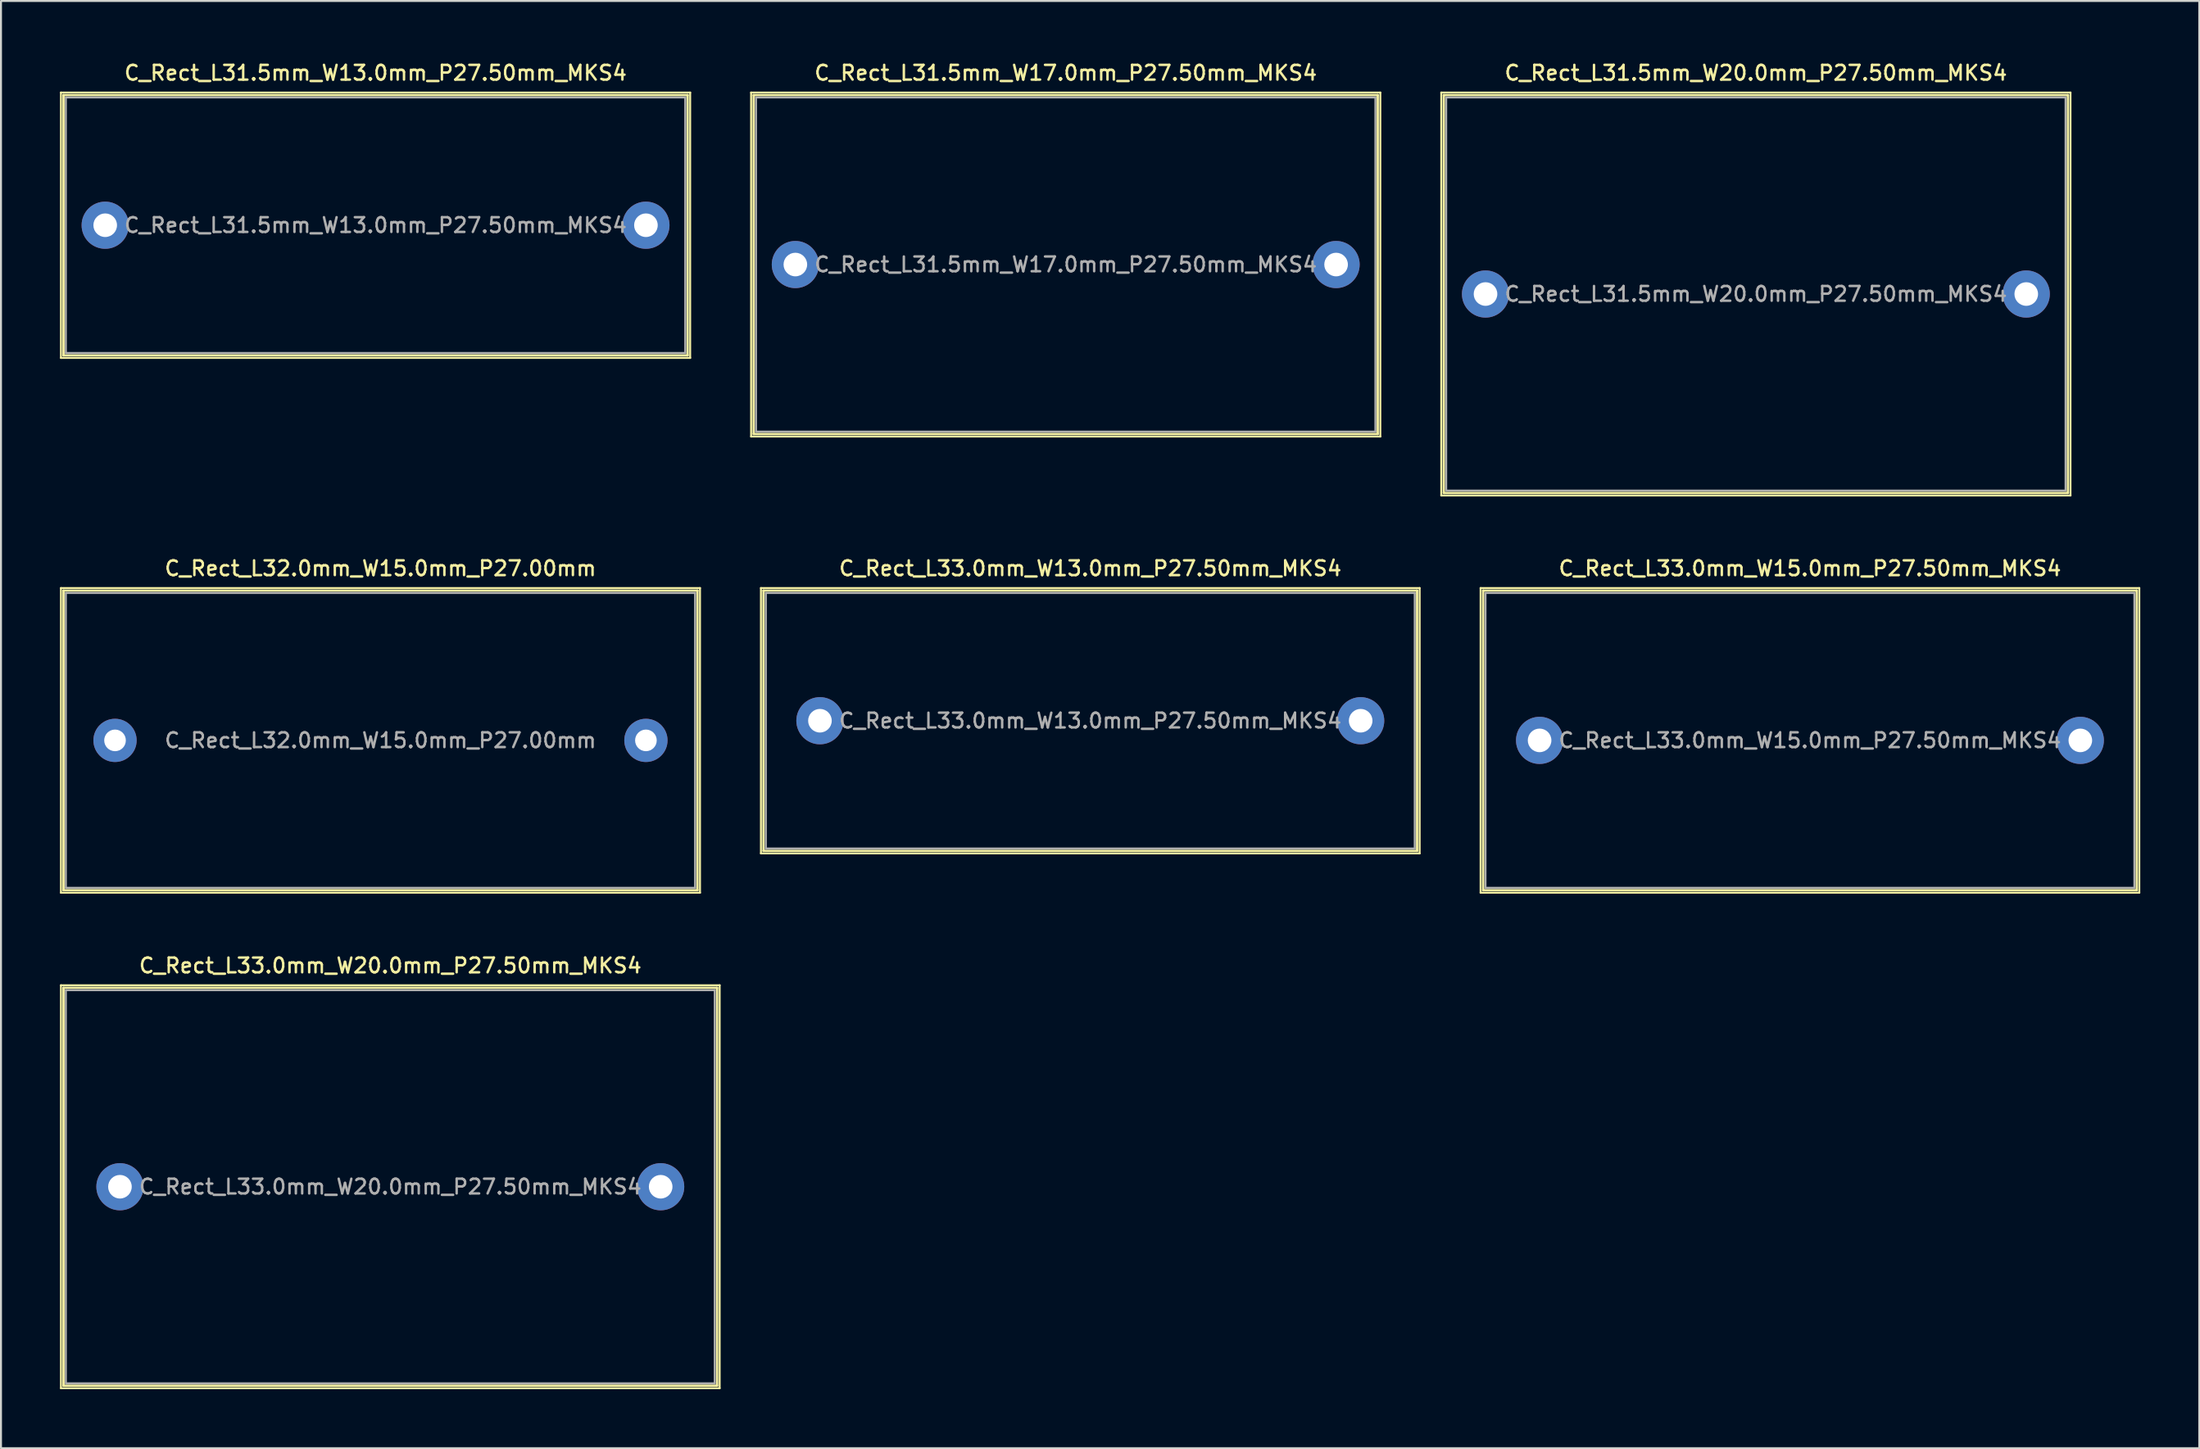
<source format=kicad_pcb>
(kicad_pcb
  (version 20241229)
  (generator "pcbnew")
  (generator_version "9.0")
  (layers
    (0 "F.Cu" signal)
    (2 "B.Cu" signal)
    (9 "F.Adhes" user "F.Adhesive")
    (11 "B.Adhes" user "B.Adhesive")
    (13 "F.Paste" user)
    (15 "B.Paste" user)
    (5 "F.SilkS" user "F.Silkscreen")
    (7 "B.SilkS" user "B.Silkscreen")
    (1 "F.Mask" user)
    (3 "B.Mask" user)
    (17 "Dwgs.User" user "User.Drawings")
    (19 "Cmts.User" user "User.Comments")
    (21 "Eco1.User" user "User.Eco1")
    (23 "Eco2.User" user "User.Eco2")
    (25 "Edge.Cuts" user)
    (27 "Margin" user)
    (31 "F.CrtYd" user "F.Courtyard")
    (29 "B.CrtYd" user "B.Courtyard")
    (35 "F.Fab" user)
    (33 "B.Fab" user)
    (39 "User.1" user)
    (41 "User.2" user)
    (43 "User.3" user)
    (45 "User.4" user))
  (footprint "C_Rect_L32.0mm_W15.0mm_P27.00mm"
    (layer "F.Cu")
    (at 2.8 34.616)
    (property "Reference" "C_Rect_L32.0mm_W15.0mm_P27.00mm" (at 13.5 -8.75 0) (layer "F.SilkS") (effects (font (size 0.75 0.75) (thickness 0.125))))
    (attr through_hole)
    (fp_line (start -2.75 -7.75) (end -2.75 7.75) (stroke (width 0.1) (type solid)) (layer "F.SilkS"))
    (fp_line (start -2.75 7.75) (end 29.75 7.75) (stroke (width 0.1) (type solid)) (layer "F.SilkS"))
    (fp_line (start -2.62 -7.62) (end -2.62 7.62) (stroke (width 0.12) (type solid)) (layer "F.SilkS"))
    (fp_line (start -2.62 -7.62) (end 29.62 -7.62) (stroke (width 0.12) (type solid)) (layer "F.SilkS"))
    (fp_line (start -2.62 7.62) (end 29.62 7.62) (stroke (width 0.12) (type solid)) (layer "F.SilkS"))
    (fp_line (start 29.62 -7.62) (end 29.62 7.62) (stroke (width 0.12) (type solid)) (layer "F.SilkS"))
    (fp_line (start 29.75 -7.75) (end -2.75 -7.75) (stroke (width 0.1) (type solid)) (layer "F.SilkS"))
    (fp_line (start 29.75 7.75) (end 29.75 -7.75) (stroke (width 0.1) (type solid)) (layer "F.SilkS"))
    (fp_line (start -2.5 -7.5) (end -2.5 7.5) (stroke (width 0.1) (type solid)) (layer "F.Fab"))
    (fp_line (start -2.5 7.5) (end 29.5 7.5) (stroke (width 0.1) (type solid)) (layer "F.Fab"))
    (fp_line (start 29.5 -7.5) (end -2.5 -7.5) (stroke (width 0.1) (type solid)) (layer "F.Fab"))
    (fp_line (start 29.5 7.5) (end 29.5 -7.5) (stroke (width 0.1) (type solid)) (layer "F.Fab"))
    (fp_text user "${REFERENCE}" (at 13.5 0 0) (layer "F.Fab") (effects (font (size 0.75 0.75) (thickness 0.125))))
    (pad "1" thru_hole circle (at 0 0) (size 2.2 2.2) (drill 1.1) (layers "*.Cu" "*.Mask"))
    (pad "2" thru_hole circle (at 27 0) (size 2.2 2.2) (drill 1.1) (layers "*.Cu" "*.Mask")))
  (footprint "C_Rect_L31.5mm_W20.0mm_P27.50mm_MKS4"
    (layer "F.Cu")
    (at 72.5 11.908)
    (property "Reference" "C_Rect_L31.5mm_W20.0mm_P27.50mm_MKS4" (at 13.75 -11.25 0) (layer "F.SilkS") (effects (font (size 0.75 0.75) (thickness 0.125))))
    (attr through_hole)
    (fp_line (start -2.25 -10.25) (end -2.25 10.25) (stroke (width 0.1) (type solid)) (layer "F.SilkS"))
    (fp_line (start -2.25 10.25) (end 29.75 10.25) (stroke (width 0.1) (type solid)) (layer "F.SilkS"))
    (fp_line (start -2.12 -10.12) (end -2.12 10.12) (stroke (width 0.12) (type solid)) (layer "F.SilkS"))
    (fp_line (start -2.12 -10.12) (end 29.62 -10.12) (stroke (width 0.12) (type solid)) (layer "F.SilkS"))
    (fp_line (start -2.12 10.12) (end 29.62 10.12) (stroke (width 0.12) (type solid)) (layer "F.SilkS"))
    (fp_line (start 29.62 -10.12) (end 29.62 10.12) (stroke (width 0.12) (type solid)) (layer "F.SilkS"))
    (fp_line (start 29.75 -10.25) (end -2.25 -10.25) (stroke (width 0.1) (type solid)) (layer "F.SilkS"))
    (fp_line (start 29.75 10.25) (end 29.75 -10.25) (stroke (width 0.1) (type solid)) (layer "F.SilkS"))
    (fp_line (start -2 -10) (end -2 10) (stroke (width 0.1) (type solid)) (layer "F.Fab"))
    (fp_line (start -2 10) (end 29.5 10) (stroke (width 0.1) (type solid)) (layer "F.Fab"))
    (fp_line (start 29.5 -10) (end -2 -10) (stroke (width 0.1) (type solid)) (layer "F.Fab"))
    (fp_line (start 29.5 10) (end 29.5 -10) (stroke (width 0.1) (type solid)) (layer "F.Fab"))
    (fp_text user "${REFERENCE}" (at 13.75 0 0) (layer "F.Fab") (effects (font (size 0.75 0.75) (thickness 0.125))))
    (pad "1" thru_hole circle (at 0 0) (size 2.4 2.4) (drill 1.2) (layers "*.Cu" "*.Mask"))
    (pad "2" thru_hole circle (at 27.5 0) (size 2.4 2.4) (drill 1.2) (layers "*.Cu" "*.Mask")))
  (footprint "C_Rect_L33.0mm_W15.0mm_P27.50mm_MKS4"
    (layer "F.Cu")
    (at 75.25 34.616)
    (property "Reference" "C_Rect_L33.0mm_W15.0mm_P27.50mm_MKS4" (at 13.75 -8.75 0) (layer "F.SilkS") (effects (font (size 0.75 0.75) (thickness 0.125))))
    (attr through_hole)
    (fp_line (start -3 -7.75) (end -3 7.75) (stroke (width 0.1) (type solid)) (layer "F.SilkS"))
    (fp_line (start -3 7.75) (end 30.5 7.75) (stroke (width 0.1) (type solid)) (layer "F.SilkS"))
    (fp_line (start -2.87 -7.62) (end -2.87 7.62) (stroke (width 0.12) (type solid)) (layer "F.SilkS"))
    (fp_line (start -2.87 -7.62) (end 30.37 -7.62) (stroke (width 0.12) (type solid)) (layer "F.SilkS"))
    (fp_line (start -2.87 7.62) (end 30.37 7.62) (stroke (width 0.12) (type solid)) (layer "F.SilkS"))
    (fp_line (start 30.37 -7.62) (end 30.37 7.62) (stroke (width 0.12) (type solid)) (layer "F.SilkS"))
    (fp_line (start 30.5 -7.75) (end -3 -7.75) (stroke (width 0.1) (type solid)) (layer "F.SilkS"))
    (fp_line (start 30.5 7.75) (end 30.5 -7.75) (stroke (width 0.1) (type solid)) (layer "F.SilkS"))
    (fp_line (start -2.75 -7.5) (end -2.75 7.5) (stroke (width 0.1) (type solid)) (layer "F.Fab"))
    (fp_line (start -2.75 7.5) (end 30.25 7.5) (stroke (width 0.1) (type solid)) (layer "F.Fab"))
    (fp_line (start 30.25 -7.5) (end -2.75 -7.5) (stroke (width 0.1) (type solid)) (layer "F.Fab"))
    (fp_line (start 30.25 7.5) (end 30.25 -7.5) (stroke (width 0.1) (type solid)) (layer "F.Fab"))
    (fp_text user "${REFERENCE}" (at 13.75 0 0) (layer "F.Fab") (effects (font (size 0.75 0.75) (thickness 0.125))))
    (pad "1" thru_hole circle (at 0 0) (size 2.4 2.4) (drill 1.2) (layers "*.Cu" "*.Mask"))
    (pad "2" thru_hole circle (at 27.5 0) (size 2.4 2.4) (drill 1.2) (layers "*.Cu" "*.Mask")))
  (footprint "C_Rect_L31.5mm_W13.0mm_P27.50mm_MKS4"
    (layer "F.Cu")
    (at 2.3 8.408)
    (property "Reference" "C_Rect_L31.5mm_W13.0mm_P27.50mm_MKS4" (at 13.75 -7.75 0) (layer "F.SilkS") (effects (font (size 0.75 0.75) (thickness 0.125))))
    (attr through_hole)
    (fp_line (start -2.25 -6.75) (end -2.25 6.75) (stroke (width 0.1) (type solid)) (layer "F.SilkS"))
    (fp_line (start -2.25 6.75) (end 29.75 6.75) (stroke (width 0.1) (type solid)) (layer "F.SilkS"))
    (fp_line (start -2.12 -6.62) (end -2.12 6.62) (stroke (width 0.12) (type solid)) (layer "F.SilkS"))
    (fp_line (start -2.12 -6.62) (end 29.62 -6.62) (stroke (width 0.12) (type solid)) (layer "F.SilkS"))
    (fp_line (start -2.12 6.62) (end 29.62 6.62) (stroke (width 0.12) (type solid)) (layer "F.SilkS"))
    (fp_line (start 29.62 -6.62) (end 29.62 6.62) (stroke (width 0.12) (type solid)) (layer "F.SilkS"))
    (fp_line (start 29.75 -6.75) (end -2.25 -6.75) (stroke (width 0.1) (type solid)) (layer "F.SilkS"))
    (fp_line (start 29.75 6.75) (end 29.75 -6.75) (stroke (width 0.1) (type solid)) (layer "F.SilkS"))
    (fp_line (start -2 -6.5) (end -2 6.5) (stroke (width 0.1) (type solid)) (layer "F.Fab"))
    (fp_line (start -2 6.5) (end 29.5 6.5) (stroke (width 0.1) (type solid)) (layer "F.Fab"))
    (fp_line (start 29.5 -6.5) (end -2 -6.5) (stroke (width 0.1) (type solid)) (layer "F.Fab"))
    (fp_line (start 29.5 6.5) (end 29.5 -6.5) (stroke (width 0.1) (type solid)) (layer "F.Fab"))
    (fp_text user "${REFERENCE}" (at 13.75 0 0) (layer "F.Fab") (effects (font (size 0.75 0.75) (thickness 0.125))))
    (pad "1" thru_hole circle (at 0 0) (size 2.4 2.4) (drill 1.2) (layers "*.Cu" "*.Mask"))
    (pad "2" thru_hole circle (at 27.5 0) (size 2.4 2.4) (drill 1.2) (layers "*.Cu" "*.Mask")))
  (footprint "C_Rect_L33.0mm_W20.0mm_P27.50mm_MKS4"
    (layer "F.Cu")
    (at 3.05 57.324)
    (property "Reference" "C_Rect_L33.0mm_W20.0mm_P27.50mm_MKS4" (at 13.75 -11.25 0) (layer "F.SilkS") (effects (font (size 0.75 0.75) (thickness 0.125))))
    (attr through_hole)
    (fp_line (start -3 -10.25) (end -3 10.25) (stroke (width 0.1) (type solid)) (layer "F.SilkS"))
    (fp_line (start -3 10.25) (end 30.5 10.25) (stroke (width 0.1) (type solid)) (layer "F.SilkS"))
    (fp_line (start -2.87 -10.12) (end -2.87 10.12) (stroke (width 0.12) (type solid)) (layer "F.SilkS"))
    (fp_line (start -2.87 -10.12) (end 30.37 -10.12) (stroke (width 0.12) (type solid)) (layer "F.SilkS"))
    (fp_line (start -2.87 10.12) (end 30.37 10.12) (stroke (width 0.12) (type solid)) (layer "F.SilkS"))
    (fp_line (start 30.37 -10.12) (end 30.37 10.12) (stroke (width 0.12) (type solid)) (layer "F.SilkS"))
    (fp_line (start 30.5 -10.25) (end -3 -10.25) (stroke (width 0.1) (type solid)) (layer "F.SilkS"))
    (fp_line (start 30.5 10.25) (end 30.5 -10.25) (stroke (width 0.1) (type solid)) (layer "F.SilkS"))
    (fp_line (start -2.75 -10) (end -2.75 10) (stroke (width 0.1) (type solid)) (layer "F.Fab"))
    (fp_line (start -2.75 10) (end 30.25 10) (stroke (width 0.1) (type solid)) (layer "F.Fab"))
    (fp_line (start 30.25 -10) (end -2.75 -10) (stroke (width 0.1) (type solid)) (layer "F.Fab"))
    (fp_line (start 30.25 10) (end 30.25 -10) (stroke (width 0.1) (type solid)) (layer "F.Fab"))
    (fp_text user "${REFERENCE}" (at 13.75 0 0) (layer "F.Fab") (effects (font (size 0.75 0.75) (thickness 0.125))))
    (pad "1" thru_hole circle (at 0 0) (size 2.4 2.4) (drill 1.2) (layers "*.Cu" "*.Mask"))
    (pad "2" thru_hole circle (at 27.5 0) (size 2.4 2.4) (drill 1.2) (layers "*.Cu" "*.Mask")))
  (footprint "C_Rect_L31.5mm_W17.0mm_P27.50mm_MKS4"
    (layer "F.Cu")
    (at 37.4 10.408)
    (property "Reference" "C_Rect_L31.5mm_W17.0mm_P27.50mm_MKS4" (at 13.75 -9.75 0) (layer "F.SilkS") (effects (font (size 0.75 0.75) (thickness 0.125))))
    (attr through_hole)
    (fp_line (start -2.25 -8.75) (end -2.25 8.75) (stroke (width 0.1) (type solid)) (layer "F.SilkS"))
    (fp_line (start -2.25 8.75) (end 29.75 8.75) (stroke (width 0.1) (type solid)) (layer "F.SilkS"))
    (fp_line (start -2.12 -8.62) (end -2.12 8.62) (stroke (width 0.12) (type solid)) (layer "F.SilkS"))
    (fp_line (start -2.12 -8.62) (end 29.62 -8.62) (stroke (width 0.12) (type solid)) (layer "F.SilkS"))
    (fp_line (start -2.12 8.62) (end 29.62 8.62) (stroke (width 0.12) (type solid)) (layer "F.SilkS"))
    (fp_line (start 29.62 -8.62) (end 29.62 8.62) (stroke (width 0.12) (type solid)) (layer "F.SilkS"))
    (fp_line (start 29.75 -8.75) (end -2.25 -8.75) (stroke (width 0.1) (type solid)) (layer "F.SilkS"))
    (fp_line (start 29.75 8.75) (end 29.75 -8.75) (stroke (width 0.1) (type solid)) (layer "F.SilkS"))
    (fp_line (start -2 -8.5) (end -2 8.5) (stroke (width 0.1) (type solid)) (layer "F.Fab"))
    (fp_line (start -2 8.5) (end 29.5 8.5) (stroke (width 0.1) (type solid)) (layer "F.Fab"))
    (fp_line (start 29.5 -8.5) (end -2 -8.5) (stroke (width 0.1) (type solid)) (layer "F.Fab"))
    (fp_line (start 29.5 8.5) (end 29.5 -8.5) (stroke (width 0.1) (type solid)) (layer "F.Fab"))
    (fp_text user "${REFERENCE}" (at 13.75 0 0) (layer "F.Fab") (effects (font (size 0.75 0.75) (thickness 0.125))))
    (pad "1" thru_hole circle (at 0 0) (size 2.4 2.4) (drill 1.2) (layers "*.Cu" "*.Mask"))
    (pad "2" thru_hole circle (at 27.5 0) (size 2.4 2.4) (drill 1.2) (layers "*.Cu" "*.Mask")))
  (footprint "C_Rect_L33.0mm_W13.0mm_P27.50mm_MKS4"
    (layer "F.Cu")
    (at 38.65 33.616)
    (property "Reference" "C_Rect_L33.0mm_W13.0mm_P27.50mm_MKS4" (at 13.75 -7.75 0) (layer "F.SilkS") (effects (font (size 0.75 0.75) (thickness 0.125))))
    (attr through_hole)
    (fp_line (start -3 -6.75) (end -3 6.75) (stroke (width 0.1) (type solid)) (layer "F.SilkS"))
    (fp_line (start -3 6.75) (end 30.5 6.75) (stroke (width 0.1) (type solid)) (layer "F.SilkS"))
    (fp_line (start -2.87 -6.62) (end -2.87 6.62) (stroke (width 0.12) (type solid)) (layer "F.SilkS"))
    (fp_line (start -2.87 -6.62) (end 30.37 -6.62) (stroke (width 0.12) (type solid)) (layer "F.SilkS"))
    (fp_line (start -2.87 6.62) (end 30.37 6.62) (stroke (width 0.12) (type solid)) (layer "F.SilkS"))
    (fp_line (start 30.37 -6.62) (end 30.37 6.62) (stroke (width 0.12) (type solid)) (layer "F.SilkS"))
    (fp_line (start 30.5 -6.75) (end -3 -6.75) (stroke (width 0.1) (type solid)) (layer "F.SilkS"))
    (fp_line (start 30.5 6.75) (end 30.5 -6.75) (stroke (width 0.1) (type solid)) (layer "F.SilkS"))
    (fp_line (start -2.75 -6.5) (end -2.75 6.5) (stroke (width 0.1) (type solid)) (layer "F.Fab"))
    (fp_line (start -2.75 6.5) (end 30.25 6.5) (stroke (width 0.1) (type solid)) (layer "F.Fab"))
    (fp_line (start 30.25 -6.5) (end -2.75 -6.5) (stroke (width 0.1) (type solid)) (layer "F.Fab"))
    (fp_line (start 30.25 6.5) (end 30.25 -6.5) (stroke (width 0.1) (type solid)) (layer "F.Fab"))
    (fp_text user "${REFERENCE}" (at 13.75 0 0) (layer "F.Fab") (effects (font (size 0.75 0.75) (thickness 0.125))))
    (pad "1" thru_hole circle (at 0 0) (size 2.4 2.4) (drill 1.2) (layers "*.Cu" "*.Mask"))
    (pad "2" thru_hole circle (at 27.5 0) (size 2.4 2.4) (drill 1.2) (layers "*.Cu" "*.Mask")))
  (gr_rect
    (start -3 -3)
    (end 108.8 70.624)
    (stroke (width 0.1) (type default))
    (fill no)
    (layer "Edge.Cuts")))
</source>
